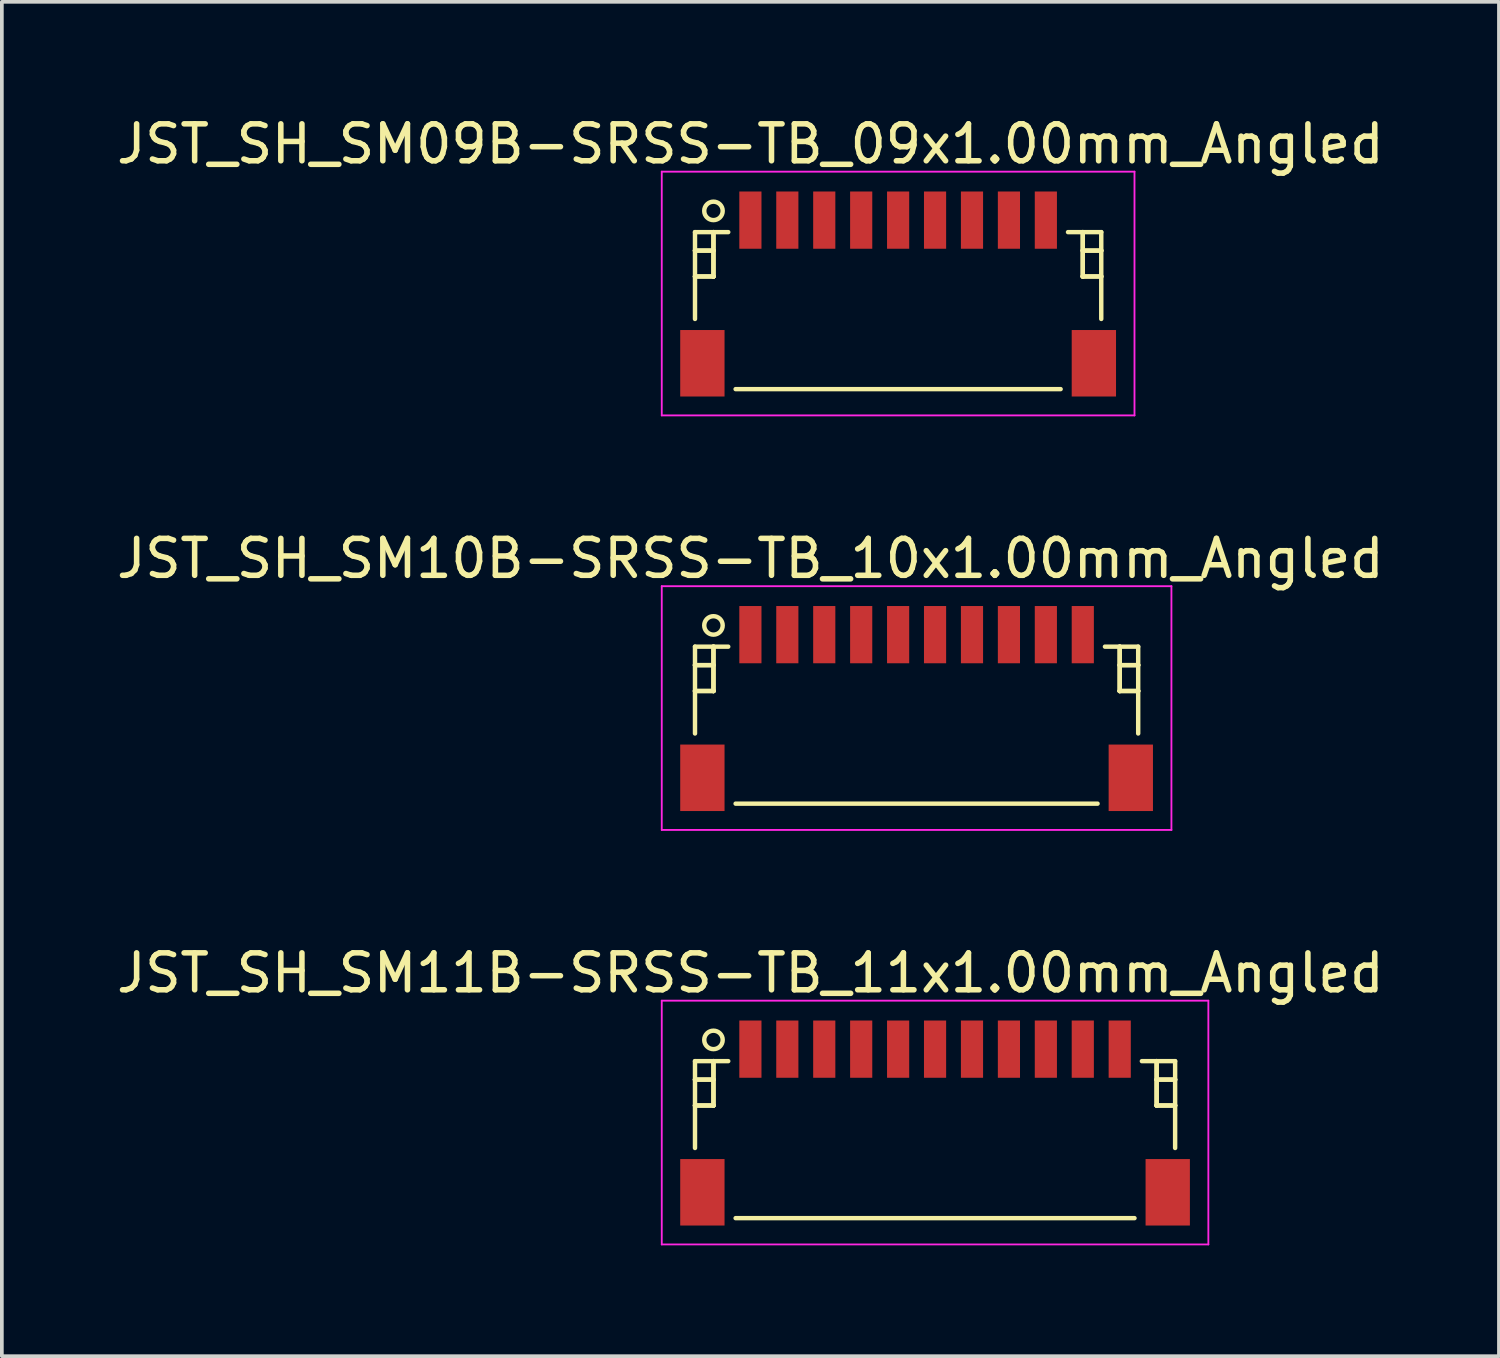
<source format=kicad_pcb>
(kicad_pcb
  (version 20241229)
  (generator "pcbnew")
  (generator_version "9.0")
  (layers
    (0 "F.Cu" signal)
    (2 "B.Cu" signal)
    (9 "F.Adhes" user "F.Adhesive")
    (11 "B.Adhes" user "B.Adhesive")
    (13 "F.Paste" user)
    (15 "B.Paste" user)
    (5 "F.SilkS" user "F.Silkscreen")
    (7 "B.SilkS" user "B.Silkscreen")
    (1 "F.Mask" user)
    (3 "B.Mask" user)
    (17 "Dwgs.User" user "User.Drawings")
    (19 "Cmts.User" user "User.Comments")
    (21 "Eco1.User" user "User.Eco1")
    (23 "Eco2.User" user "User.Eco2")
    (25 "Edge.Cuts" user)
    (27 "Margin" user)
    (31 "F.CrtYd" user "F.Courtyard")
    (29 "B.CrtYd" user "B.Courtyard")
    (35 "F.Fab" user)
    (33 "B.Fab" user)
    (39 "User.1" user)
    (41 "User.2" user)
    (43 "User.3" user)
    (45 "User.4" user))
  (footprint "JST_SH_SM11B-SRSS-TB_11x1.00mm_Angled"
    (layer "F.Cu")
    (at 22.268 27.295)
    (property "Reference" "JST_SH_SM11B-SRSS-TB_11x1.00mm_Angled" (at -5 -4 0) (layer "F.SilkS") (effects (font (size 1 1) (thickness 0.15))))
    (attr smd)
    (fp_line (start -6.5 -1.613) (end -5.6 -1.613) (stroke (width 0.12) (type solid)) (layer "F.SilkS"))
    (fp_line (start -6.5 -1.113) (end -6.5 -1.113) (stroke (width 0.12) (type solid)) (layer "F.SilkS"))
    (fp_line (start -6.5 -1.113) (end -6 -1.113) (stroke (width 0.12) (type solid)) (layer "F.SilkS"))
    (fp_line (start -6.5 -0.412) (end -6.5 -0.412) (stroke (width 0.12) (type solid)) (layer "F.SilkS"))
    (fp_line (start -6.5 -0.412) (end -6 -0.412) (stroke (width 0.12) (type solid)) (layer "F.SilkS"))
    (fp_line (start -6.5 0.738) (end -6.5 -1.613) (stroke (width 0.12) (type solid)) (layer "F.SilkS"))
    (fp_line (start -6 -1.613) (end -6 -1.613) (stroke (width 0.12) (type solid)) (layer "F.SilkS"))
    (fp_line (start -6 -1.613) (end -6 -0.412) (stroke (width 0.12) (type solid)) (layer "F.SilkS"))
    (fp_line (start -6 -1.113) (end -6.5 -1.113) (stroke (width 0.12) (type solid)) (layer "F.SilkS"))
    (fp_line (start -6 -1.113) (end -6 -1.113) (stroke (width 0.12) (type solid)) (layer "F.SilkS"))
    (fp_line (start -6 -0.412) (end -6.5 -0.412) (stroke (width 0.12) (type solid)) (layer "F.SilkS"))
    (fp_line (start -6 -0.412) (end -6 -1.613) (stroke (width 0.12) (type solid)) (layer "F.SilkS"))
    (fp_line (start -6 -0.412) (end -6 -0.412) (stroke (width 0.12) (type solid)) (layer "F.SilkS"))
    (fp_line (start -6 -0.412) (end -6 -0.412) (stroke (width 0.12) (type solid)) (layer "F.SilkS"))
    (fp_line (start -5.4 2.638) (end 5.4 2.638) (stroke (width 0.12) (type solid)) (layer "F.SilkS"))
    (fp_line (start 6 -1.613) (end 6 -1.613) (stroke (width 0.12) (type solid)) (layer "F.SilkS"))
    (fp_line (start 6 -1.613) (end 6 -0.412) (stroke (width 0.12) (type solid)) (layer "F.SilkS"))
    (fp_line (start 6 -1.113) (end 6 -1.113) (stroke (width 0.12) (type solid)) (layer "F.SilkS"))
    (fp_line (start 6 -1.113) (end 6.5 -1.113) (stroke (width 0.12) (type solid)) (layer "F.SilkS"))
    (fp_line (start 6 -0.412) (end 6 -1.613) (stroke (width 0.12) (type solid)) (layer "F.SilkS"))
    (fp_line (start 6 -0.412) (end 6 -0.412) (stroke (width 0.12) (type solid)) (layer "F.SilkS"))
    (fp_line (start 6 -0.412) (end 6 -0.412) (stroke (width 0.12) (type solid)) (layer "F.SilkS"))
    (fp_line (start 6 -0.412) (end 6.5 -0.412) (stroke (width 0.12) (type solid)) (layer "F.SilkS"))
    (fp_line (start 6.5 -1.613) (end 5.6 -1.613) (stroke (width 0.12) (type solid)) (layer "F.SilkS"))
    (fp_line (start 6.5 -1.113) (end 6 -1.113) (stroke (width 0.12) (type solid)) (layer "F.SilkS"))
    (fp_line (start 6.5 -1.113) (end 6.5 -1.113) (stroke (width 0.12) (type solid)) (layer "F.SilkS"))
    (fp_line (start 6.5 -0.412) (end 6 -0.412) (stroke (width 0.12) (type solid)) (layer "F.SilkS"))
    (fp_line (start 6.5 -0.412) (end 6.5 -0.412) (stroke (width 0.12) (type solid)) (layer "F.SilkS"))
    (fp_line (start 6.5 0.738) (end 6.5 -1.613) (stroke (width 0.12) (type solid)) (layer "F.SilkS"))
    (fp_circle (center -6 -2.188) (end -5.75 -2.188) (stroke (width 0.12) (type solid)) (fill no) (layer "F.SilkS"))
    (fp_line (start -7.4 -3.25) (end 7.4 -3.25) (stroke (width 0.05) (type solid)) (layer "F.CrtYd"))
    (fp_line (start -7.4 3.35) (end -7.4 -3.25) (stroke (width 0.05) (type solid)) (layer "F.CrtYd"))
    (fp_line (start 7.4 -3.25) (end 7.4 3.35) (stroke (width 0.05) (type solid)) (layer "F.CrtYd"))
    (fp_line (start 7.4 3.35) (end -7.4 3.35) (stroke (width 0.05) (type solid)) (layer "F.CrtYd"))
    (pad "" smd rect (at -6.3 1.938) (size 1.2 1.8) (layers "F.Cu" "F.Mask" "F.Paste"))
    (pad "" smd rect (at 6.3 1.938) (size 1.2 1.8) (layers "F.Cu" "F.Mask" "F.Paste"))
    (pad "1" smd rect (at -5 -1.938) (size 0.6 1.55) (layers "F.Cu" "F.Mask" "F.Paste"))
    (pad "2" smd rect (at -4 -1.938) (size 0.6 1.55) (layers "F.Cu" "F.Mask" "F.Paste"))
    (pad "3" smd rect (at -3 -1.938) (size 0.6 1.55) (layers "F.Cu" "F.Mask" "F.Paste"))
    (pad "4" smd rect (at -2 -1.938) (size 0.6 1.55) (layers "F.Cu" "F.Mask" "F.Paste"))
    (pad "5" smd rect (at -1 -1.938) (size 0.6 1.55) (layers "F.Cu" "F.Mask" "F.Paste"))
    (pad "6" smd rect (at 0 -1.938) (size 0.6 1.55) (layers "F.Cu" "F.Mask" "F.Paste"))
    (pad "7" smd rect (at 1 -1.938) (size 0.6 1.55) (layers "F.Cu" "F.Mask" "F.Paste"))
    (pad "8" smd rect (at 2 -1.938) (size 0.6 1.55) (layers "F.Cu" "F.Mask" "F.Paste"))
    (pad "9" smd rect (at 3 -1.938) (size 0.6 1.55) (layers "F.Cu" "F.Mask" "F.Paste"))
    (pad "10" smd rect (at 4 -1.938) (size 0.6 1.55) (layers "F.Cu" "F.Mask" "F.Paste"))
    (pad "11" smd rect (at 5 -1.938) (size 0.6 1.55) (layers "F.Cu" "F.Mask" "F.Paste")))
  (footprint "JST_SH_SM10B-SRSS-TB_10x1.00mm_Angled"
    (layer "F.Cu")
    (at 21.768 16.072)
    (property "Reference" "JST_SH_SM10B-SRSS-TB_10x1.00mm_Angled" (at -4.5 -4 0) (layer "F.SilkS") (effects (font (size 1 1) (thickness 0.15))))
    (attr smd)
    (fp_line (start -6 -1.613) (end -5.1 -1.613) (stroke (width 0.12) (type solid)) (layer "F.SilkS"))
    (fp_line (start -6 -1.113) (end -6 -1.113) (stroke (width 0.12) (type solid)) (layer "F.SilkS"))
    (fp_line (start -6 -1.113) (end -5.5 -1.113) (stroke (width 0.12) (type solid)) (layer "F.SilkS"))
    (fp_line (start -6 -0.412) (end -6 -0.412) (stroke (width 0.12) (type solid)) (layer "F.SilkS"))
    (fp_line (start -6 -0.412) (end -5.5 -0.412) (stroke (width 0.12) (type solid)) (layer "F.SilkS"))
    (fp_line (start -6 0.738) (end -6 -1.613) (stroke (width 0.12) (type solid)) (layer "F.SilkS"))
    (fp_line (start -5.5 -1.613) (end -5.5 -1.613) (stroke (width 0.12) (type solid)) (layer "F.SilkS"))
    (fp_line (start -5.5 -1.613) (end -5.5 -0.412) (stroke (width 0.12) (type solid)) (layer "F.SilkS"))
    (fp_line (start -5.5 -1.113) (end -6 -1.113) (stroke (width 0.12) (type solid)) (layer "F.SilkS"))
    (fp_line (start -5.5 -1.113) (end -5.5 -1.113) (stroke (width 0.12) (type solid)) (layer "F.SilkS"))
    (fp_line (start -5.5 -0.412) (end -6 -0.412) (stroke (width 0.12) (type solid)) (layer "F.SilkS"))
    (fp_line (start -5.5 -0.412) (end -5.5 -1.613) (stroke (width 0.12) (type solid)) (layer "F.SilkS"))
    (fp_line (start -5.5 -0.412) (end -5.5 -0.412) (stroke (width 0.12) (type solid)) (layer "F.SilkS"))
    (fp_line (start -5.5 -0.412) (end -5.5 -0.412) (stroke (width 0.12) (type solid)) (layer "F.SilkS"))
    (fp_line (start -4.9 2.638) (end 4.9 2.638) (stroke (width 0.12) (type solid)) (layer "F.SilkS"))
    (fp_line (start 5.5 -1.613) (end 5.5 -1.613) (stroke (width 0.12) (type solid)) (layer "F.SilkS"))
    (fp_line (start 5.5 -1.613) (end 5.5 -0.412) (stroke (width 0.12) (type solid)) (layer "F.SilkS"))
    (fp_line (start 5.5 -1.113) (end 5.5 -1.113) (stroke (width 0.12) (type solid)) (layer "F.SilkS"))
    (fp_line (start 5.5 -1.113) (end 6 -1.113) (stroke (width 0.12) (type solid)) (layer "F.SilkS"))
    (fp_line (start 5.5 -0.412) (end 5.5 -1.613) (stroke (width 0.12) (type solid)) (layer "F.SilkS"))
    (fp_line (start 5.5 -0.412) (end 5.5 -0.412) (stroke (width 0.12) (type solid)) (layer "F.SilkS"))
    (fp_line (start 5.5 -0.412) (end 5.5 -0.412) (stroke (width 0.12) (type solid)) (layer "F.SilkS"))
    (fp_line (start 5.5 -0.412) (end 6 -0.412) (stroke (width 0.12) (type solid)) (layer "F.SilkS"))
    (fp_line (start 6 -1.613) (end 5.1 -1.613) (stroke (width 0.12) (type solid)) (layer "F.SilkS"))
    (fp_line (start 6 -1.113) (end 5.5 -1.113) (stroke (width 0.12) (type solid)) (layer "F.SilkS"))
    (fp_line (start 6 -1.113) (end 6 -1.113) (stroke (width 0.12) (type solid)) (layer "F.SilkS"))
    (fp_line (start 6 -0.412) (end 5.5 -0.412) (stroke (width 0.12) (type solid)) (layer "F.SilkS"))
    (fp_line (start 6 -0.412) (end 6 -0.412) (stroke (width 0.12) (type solid)) (layer "F.SilkS"))
    (fp_line (start 6 0.738) (end 6 -1.613) (stroke (width 0.12) (type solid)) (layer "F.SilkS"))
    (fp_circle (center -5.5 -2.188) (end -5.25 -2.188) (stroke (width 0.12) (type solid)) (fill no) (layer "F.SilkS"))
    (fp_line (start -6.9 -3.25) (end 6.9 -3.25) (stroke (width 0.05) (type solid)) (layer "F.CrtYd"))
    (fp_line (start -6.9 3.35) (end -6.9 -3.25) (stroke (width 0.05) (type solid)) (layer "F.CrtYd"))
    (fp_line (start 6.9 -3.25) (end 6.9 3.35) (stroke (width 0.05) (type solid)) (layer "F.CrtYd"))
    (fp_line (start 6.9 3.35) (end -6.9 3.35) (stroke (width 0.05) (type solid)) (layer "F.CrtYd"))
    (pad "" smd rect (at -5.8 1.938) (size 1.2 1.8) (layers "F.Cu" "F.Mask" "F.Paste"))
    (pad "" smd rect (at 5.8 1.938) (size 1.2 1.8) (layers "F.Cu" "F.Mask" "F.Paste"))
    (pad "1" smd rect (at -4.5 -1.938) (size 0.6 1.55) (layers "F.Cu" "F.Mask" "F.Paste"))
    (pad "2" smd rect (at -3.5 -1.938) (size 0.6 1.55) (layers "F.Cu" "F.Mask" "F.Paste"))
    (pad "3" smd rect (at -2.5 -1.938) (size 0.6 1.55) (layers "F.Cu" "F.Mask" "F.Paste"))
    (pad "4" smd rect (at -1.5 -1.938) (size 0.6 1.55) (layers "F.Cu" "F.Mask" "F.Paste"))
    (pad "5" smd rect (at -0.5 -1.938) (size 0.6 1.55) (layers "F.Cu" "F.Mask" "F.Paste"))
    (pad "6" smd rect (at 0.5 -1.938) (size 0.6 1.55) (layers "F.Cu" "F.Mask" "F.Paste"))
    (pad "7" smd rect (at 1.5 -1.938) (size 0.6 1.55) (layers "F.Cu" "F.Mask" "F.Paste"))
    (pad "8" smd rect (at 2.5 -1.938) (size 0.6 1.55) (layers "F.Cu" "F.Mask" "F.Paste"))
    (pad "9" smd rect (at 3.5 -1.938) (size 0.6 1.55) (layers "F.Cu" "F.Mask" "F.Paste"))
    (pad "10" smd rect (at 4.5 -1.938) (size 0.6 1.55) (layers "F.Cu" "F.Mask" "F.Paste")))
  (footprint "JST_SH_SM09B-SRSS-TB_09x1.00mm_Angled"
    (layer "F.Cu")
    (at 21.268 4.848)
    (property "Reference" "JST_SH_SM09B-SRSS-TB_09x1.00mm_Angled" (at -4 -4 0) (layer "F.SilkS") (effects (font (size 1 1) (thickness 0.15))))
    (attr smd)
    (fp_line (start -5.5 -1.613) (end -4.6 -1.613) (stroke (width 0.12) (type solid)) (layer "F.SilkS"))
    (fp_line (start -5.5 -1.113) (end -5.5 -1.113) (stroke (width 0.12) (type solid)) (layer "F.SilkS"))
    (fp_line (start -5.5 -1.113) (end -5 -1.113) (stroke (width 0.12) (type solid)) (layer "F.SilkS"))
    (fp_line (start -5.5 -0.412) (end -5.5 -0.412) (stroke (width 0.12) (type solid)) (layer "F.SilkS"))
    (fp_line (start -5.5 -0.412) (end -5 -0.412) (stroke (width 0.12) (type solid)) (layer "F.SilkS"))
    (fp_line (start -5.5 0.738) (end -5.5 -1.613) (stroke (width 0.12) (type solid)) (layer "F.SilkS"))
    (fp_line (start -5 -1.613) (end -5 -1.613) (stroke (width 0.12) (type solid)) (layer "F.SilkS"))
    (fp_line (start -5 -1.613) (end -5 -0.412) (stroke (width 0.12) (type solid)) (layer "F.SilkS"))
    (fp_line (start -5 -1.113) (end -5.5 -1.113) (stroke (width 0.12) (type solid)) (layer "F.SilkS"))
    (fp_line (start -5 -1.113) (end -5 -1.113) (stroke (width 0.12) (type solid)) (layer "F.SilkS"))
    (fp_line (start -5 -0.412) (end -5.5 -0.412) (stroke (width 0.12) (type solid)) (layer "F.SilkS"))
    (fp_line (start -5 -0.412) (end -5 -1.613) (stroke (width 0.12) (type solid)) (layer "F.SilkS"))
    (fp_line (start -5 -0.412) (end -5 -0.412) (stroke (width 0.12) (type solid)) (layer "F.SilkS"))
    (fp_line (start -5 -0.412) (end -5 -0.412) (stroke (width 0.12) (type solid)) (layer "F.SilkS"))
    (fp_line (start -4.4 2.638) (end 4.4 2.638) (stroke (width 0.12) (type solid)) (layer "F.SilkS"))
    (fp_line (start 5 -1.613) (end 5 -1.613) (stroke (width 0.12) (type solid)) (layer "F.SilkS"))
    (fp_line (start 5 -1.613) (end 5 -0.412) (stroke (width 0.12) (type solid)) (layer "F.SilkS"))
    (fp_line (start 5 -1.113) (end 5 -1.113) (stroke (width 0.12) (type solid)) (layer "F.SilkS"))
    (fp_line (start 5 -1.113) (end 5.5 -1.113) (stroke (width 0.12) (type solid)) (layer "F.SilkS"))
    (fp_line (start 5 -0.412) (end 5 -1.613) (stroke (width 0.12) (type solid)) (layer "F.SilkS"))
    (fp_line (start 5 -0.412) (end 5 -0.412) (stroke (width 0.12) (type solid)) (layer "F.SilkS"))
    (fp_line (start 5 -0.412) (end 5 -0.412) (stroke (width 0.12) (type solid)) (layer "F.SilkS"))
    (fp_line (start 5 -0.412) (end 5.5 -0.412) (stroke (width 0.12) (type solid)) (layer "F.SilkS"))
    (fp_line (start 5.5 -1.613) (end 4.6 -1.613) (stroke (width 0.12) (type solid)) (layer "F.SilkS"))
    (fp_line (start 5.5 -1.113) (end 5 -1.113) (stroke (width 0.12) (type solid)) (layer "F.SilkS"))
    (fp_line (start 5.5 -1.113) (end 5.5 -1.113) (stroke (width 0.12) (type solid)) (layer "F.SilkS"))
    (fp_line (start 5.5 -0.412) (end 5 -0.412) (stroke (width 0.12) (type solid)) (layer "F.SilkS"))
    (fp_line (start 5.5 -0.412) (end 5.5 -0.412) (stroke (width 0.12) (type solid)) (layer "F.SilkS"))
    (fp_line (start 5.5 0.738) (end 5.5 -1.613) (stroke (width 0.12) (type solid)) (layer "F.SilkS"))
    (fp_circle (center -5 -2.188) (end -4.75 -2.188) (stroke (width 0.12) (type solid)) (fill no) (layer "F.SilkS"))
    (fp_line (start -6.4 -3.25) (end 6.4 -3.25) (stroke (width 0.05) (type solid)) (layer "F.CrtYd"))
    (fp_line (start -6.4 3.35) (end -6.4 -3.25) (stroke (width 0.05) (type solid)) (layer "F.CrtYd"))
    (fp_line (start 6.4 -3.25) (end 6.4 3.35) (stroke (width 0.05) (type solid)) (layer "F.CrtYd"))
    (fp_line (start 6.4 3.35) (end -6.4 3.35) (stroke (width 0.05) (type solid)) (layer "F.CrtYd"))
    (pad "" smd rect (at -5.3 1.938) (size 1.2 1.8) (layers "F.Cu" "F.Mask" "F.Paste"))
    (pad "" smd rect (at 5.3 1.938) (size 1.2 1.8) (layers "F.Cu" "F.Mask" "F.Paste"))
    (pad "1" smd rect (at -4 -1.938) (size 0.6 1.55) (layers "F.Cu" "F.Mask" "F.Paste"))
    (pad "2" smd rect (at -3 -1.938) (size 0.6 1.55) (layers "F.Cu" "F.Mask" "F.Paste"))
    (pad "3" smd rect (at -2 -1.938) (size 0.6 1.55) (layers "F.Cu" "F.Mask" "F.Paste"))
    (pad "4" smd rect (at -1 -1.938) (size 0.6 1.55) (layers "F.Cu" "F.Mask" "F.Paste"))
    (pad "5" smd rect (at 0 -1.938) (size 0.6 1.55) (layers "F.Cu" "F.Mask" "F.Paste"))
    (pad "6" smd rect (at 1 -1.938) (size 0.6 1.55) (layers "F.Cu" "F.Mask" "F.Paste"))
    (pad "7" smd rect (at 2 -1.938) (size 0.6 1.55) (layers "F.Cu" "F.Mask" "F.Paste"))
    (pad "8" smd rect (at 3 -1.938) (size 0.6 1.55) (layers "F.Cu" "F.Mask" "F.Paste"))
    (pad "9" smd rect (at 4 -1.938) (size 0.6 1.55) (layers "F.Cu" "F.Mask" "F.Paste")))
  (gr_rect
    (start -3 -3)
    (end 37.536 33.67)
    (stroke (width 0.1) (type default))
    (fill no)
    (layer "Edge.Cuts")))
</source>
